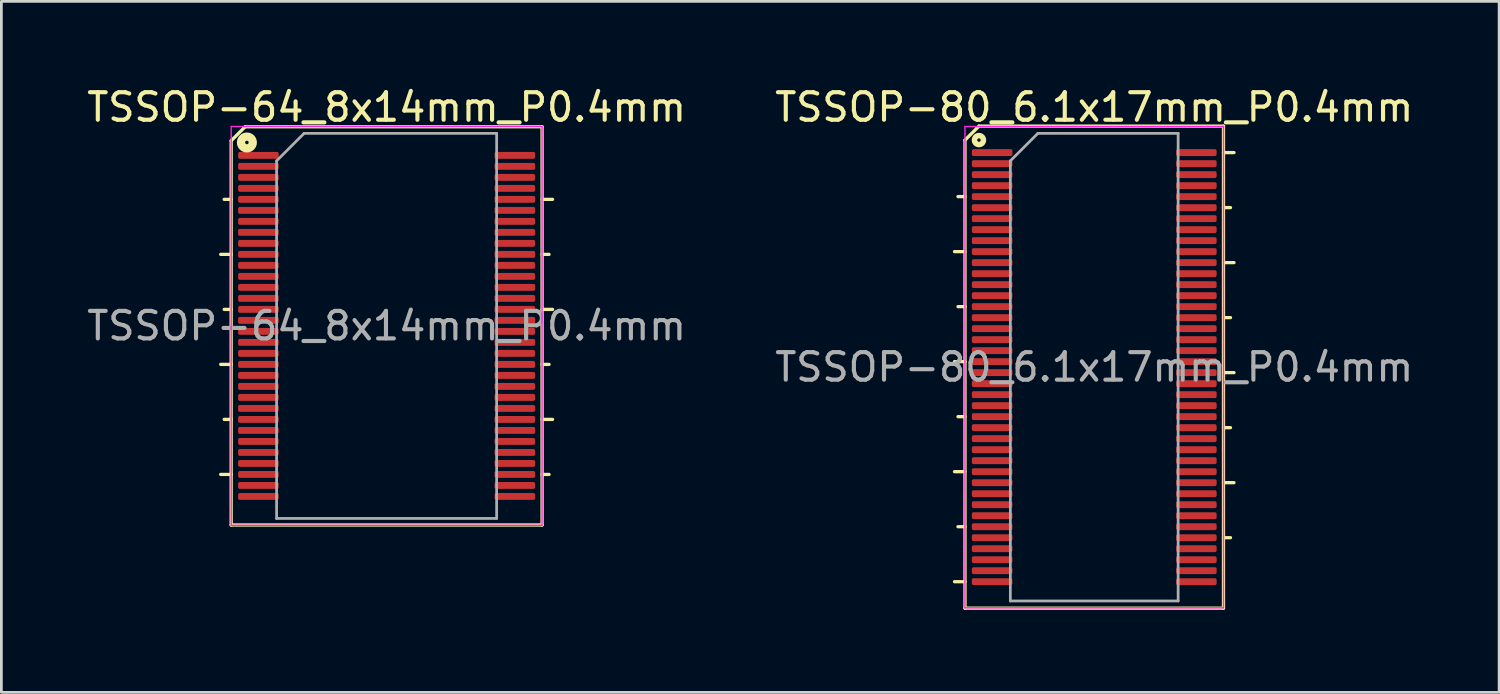
<source format=kicad_pcb>
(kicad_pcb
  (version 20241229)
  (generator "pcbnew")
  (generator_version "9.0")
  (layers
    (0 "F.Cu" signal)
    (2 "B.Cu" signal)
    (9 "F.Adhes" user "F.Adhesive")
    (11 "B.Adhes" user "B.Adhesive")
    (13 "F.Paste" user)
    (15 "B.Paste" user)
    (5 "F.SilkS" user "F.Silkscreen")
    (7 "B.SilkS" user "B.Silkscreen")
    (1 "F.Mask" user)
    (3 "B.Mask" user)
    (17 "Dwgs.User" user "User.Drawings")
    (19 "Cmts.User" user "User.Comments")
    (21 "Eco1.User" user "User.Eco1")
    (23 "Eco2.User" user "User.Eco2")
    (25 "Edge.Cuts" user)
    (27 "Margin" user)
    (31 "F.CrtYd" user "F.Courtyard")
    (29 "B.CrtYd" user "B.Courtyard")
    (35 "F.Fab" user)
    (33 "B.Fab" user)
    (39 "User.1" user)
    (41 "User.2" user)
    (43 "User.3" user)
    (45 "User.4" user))
  (footprint "TSSOP-80_6.1x17mm_P0.4mm"
    (layer "F.Cu")
    (at 36.732 10.298)
    (property "Reference" "TSSOP-80_6.1x17mm_P0.4mm" (at 0 -9.45 0) (layer "F.SilkS") (effects (font (size 1 1) (thickness 0.15))))
    (attr smd)
    (fp_line (start -4.953 -6.2) (end -4.699 -6.2) (stroke (width 0.12) (type solid)) (layer "F.SilkS"))
    (fp_line (start -4.699 -8.255) (end -4.699 8.763) (stroke (width 0.12) (type solid)) (layer "F.SilkS"))
    (fp_line (start -4.699 -8.255) (end -4.191 -8.763) (stroke (width 0.12) (type solid)) (layer "F.SilkS"))
    (fp_line (start -4.699 -4.2) (end -5.08 -4.2) (stroke (width 0.12) (type solid)) (layer "F.SilkS"))
    (fp_line (start -4.699 -2.2) (end -4.953 -2.2) (stroke (width 0.12) (type solid)) (layer "F.SilkS"))
    (fp_line (start -4.699 -0.2) (end -5.08 -0.2) (stroke (width 0.12) (type solid)) (layer "F.SilkS"))
    (fp_line (start -4.699 1.8) (end -4.953 1.8) (stroke (width 0.12) (type solid)) (layer "F.SilkS"))
    (fp_line (start -4.699 3.8) (end -5.08 3.8) (stroke (width 0.12) (type solid)) (layer "F.SilkS"))
    (fp_line (start -4.699 5.8) (end -4.953 5.8) (stroke (width 0.12) (type solid)) (layer "F.SilkS"))
    (fp_line (start -4.699 7.8) (end -5.08 7.8) (stroke (width 0.12) (type solid)) (layer "F.SilkS"))
    (fp_line (start -4.699 8.763) (end 4.699 8.763) (stroke (width 0.12) (type solid)) (layer "F.SilkS"))
    (fp_line (start 4.699 -8.763) (end -4.191 -8.763) (stroke (width 0.12) (type solid)) (layer "F.SilkS"))
    (fp_line (start 4.699 -7.8) (end 5.08 -7.8) (stroke (width 0.12) (type solid)) (layer "F.SilkS"))
    (fp_line (start 4.699 -5.8) (end 4.953 -5.8) (stroke (width 0.12) (type solid)) (layer "F.SilkS"))
    (fp_line (start 4.699 -3.8) (end 5.08 -3.8) (stroke (width 0.12) (type solid)) (layer "F.SilkS"))
    (fp_line (start 4.699 -1.8) (end 4.953 -1.8) (stroke (width 0.12) (type solid)) (layer "F.SilkS"))
    (fp_line (start 4.699 0.2) (end 5.08 0.2) (stroke (width 0.12) (type solid)) (layer "F.SilkS"))
    (fp_line (start 4.699 2.2) (end 4.953 2.2) (stroke (width 0.12) (type solid)) (layer "F.SilkS"))
    (fp_line (start 4.699 4.2) (end 5.08 4.2) (stroke (width 0.12) (type solid)) (layer "F.SilkS"))
    (fp_line (start 4.699 6.2) (end 4.953 6.2) (stroke (width 0.12) (type solid)) (layer "F.SilkS"))
    (fp_line (start 4.699 8.763) (end 4.699 -8.763) (stroke (width 0.12) (type solid)) (layer "F.SilkS"))
    (fp_circle (center -4.191 -8.255) (end -4.128 -8.255) (stroke (width 0.2) (type solid)) (fill no) (layer "F.SilkS"))
    (fp_line (start -4.7 -8.75) (end -4.7 8.75) (stroke (width 0.05) (type solid)) (layer "F.CrtYd"))
    (fp_line (start -4.7 8.75) (end 4.7 8.75) (stroke (width 0.05) (type solid)) (layer "F.CrtYd"))
    (fp_line (start 4.7 -8.75) (end -4.7 -8.75) (stroke (width 0.05) (type solid)) (layer "F.CrtYd"))
    (fp_line (start 4.7 8.75) (end 4.7 -8.75) (stroke (width 0.05) (type solid)) (layer "F.CrtYd"))
    (fp_line (start -3.05 -7.5) (end -2.05 -8.5) (stroke (width 0.1) (type solid)) (layer "F.Fab"))
    (fp_line (start -3.05 8.5) (end -3.05 -7.5) (stroke (width 0.1) (type solid)) (layer "F.Fab"))
    (fp_line (start -2.05 -8.5) (end 3.05 -8.5) (stroke (width 0.1) (type solid)) (layer "F.Fab"))
    (fp_line (start 3.05 -8.5) (end 3.05 8.5) (stroke (width 0.1) (type solid)) (layer "F.Fab"))
    (fp_line (start 3.05 8.5) (end -3.05 8.5) (stroke (width 0.1) (type solid)) (layer "F.Fab"))
    (fp_text user "${REFERENCE}" (at 0 0 0) (layer "F.Fab") (effects (font (size 1 1) (thickness 0.15))))
    (pad "1" smd roundrect (at -3.712 -7.8) (size 1.475 0.25) (layers "F.Cu" "F.Mask" "F.Paste") (roundrect_rratio 0.25))
    (pad "2" smd roundrect (at -3.712 -7.4) (size 1.475 0.25) (layers "F.Cu" "F.Mask" "F.Paste") (roundrect_rratio 0.25))
    (pad "3" smd roundrect (at -3.712 -7) (size 1.475 0.25) (layers "F.Cu" "F.Mask" "F.Paste") (roundrect_rratio 0.25))
    (pad "4" smd roundrect (at -3.712 -6.6) (size 1.475 0.25) (layers "F.Cu" "F.Mask" "F.Paste") (roundrect_rratio 0.25))
    (pad "5" smd roundrect (at -3.712 -6.2) (size 1.475 0.25) (layers "F.Cu" "F.Mask" "F.Paste") (roundrect_rratio 0.25))
    (pad "6" smd roundrect (at -3.712 -5.8) (size 1.475 0.25) (layers "F.Cu" "F.Mask" "F.Paste") (roundrect_rratio 0.25))
    (pad "7" smd roundrect (at -3.712 -5.4) (size 1.475 0.25) (layers "F.Cu" "F.Mask" "F.Paste") (roundrect_rratio 0.25))
    (pad "8" smd roundrect (at -3.712 -5) (size 1.475 0.25) (layers "F.Cu" "F.Mask" "F.Paste") (roundrect_rratio 0.25))
    (pad "9" smd roundrect (at -3.712 -4.6) (size 1.475 0.25) (layers "F.Cu" "F.Mask" "F.Paste") (roundrect_rratio 0.25))
    (pad "10" smd roundrect (at -3.712 -4.2) (size 1.475 0.25) (layers "F.Cu" "F.Mask" "F.Paste") (roundrect_rratio 0.25))
    (pad "11" smd roundrect (at -3.712 -3.8) (size 1.475 0.25) (layers "F.Cu" "F.Mask" "F.Paste") (roundrect_rratio 0.25))
    (pad "12" smd roundrect (at -3.712 -3.4) (size 1.475 0.25) (layers "F.Cu" "F.Mask" "F.Paste") (roundrect_rratio 0.25))
    (pad "13" smd roundrect (at -3.712 -3) (size 1.475 0.25) (layers "F.Cu" "F.Mask" "F.Paste") (roundrect_rratio 0.25))
    (pad "14" smd roundrect (at -3.712 -2.6) (size 1.475 0.25) (layers "F.Cu" "F.Mask" "F.Paste") (roundrect_rratio 0.25))
    (pad "15" smd roundrect (at -3.712 -2.2) (size 1.475 0.25) (layers "F.Cu" "F.Mask" "F.Paste") (roundrect_rratio 0.25))
    (pad "16" smd roundrect (at -3.712 -1.8) (size 1.475 0.25) (layers "F.Cu" "F.Mask" "F.Paste") (roundrect_rratio 0.25))
    (pad "17" smd roundrect (at -3.712 -1.4) (size 1.475 0.25) (layers "F.Cu" "F.Mask" "F.Paste") (roundrect_rratio 0.25))
    (pad "18" smd roundrect (at -3.712 -1) (size 1.475 0.25) (layers "F.Cu" "F.Mask" "F.Paste") (roundrect_rratio 0.25))
    (pad "19" smd roundrect (at -3.712 -0.6) (size 1.475 0.25) (layers "F.Cu" "F.Mask" "F.Paste") (roundrect_rratio 0.25))
    (pad "20" smd roundrect (at -3.712 -0.2) (size 1.475 0.25) (layers "F.Cu" "F.Mask" "F.Paste") (roundrect_rratio 0.25))
    (pad "21" smd roundrect (at -3.712 0.2) (size 1.475 0.25) (layers "F.Cu" "F.Mask" "F.Paste") (roundrect_rratio 0.25))
    (pad "22" smd roundrect (at -3.712 0.6) (size 1.475 0.25) (layers "F.Cu" "F.Mask" "F.Paste") (roundrect_rratio 0.25))
    (pad "23" smd roundrect (at -3.712 1) (size 1.475 0.25) (layers "F.Cu" "F.Mask" "F.Paste") (roundrect_rratio 0.25))
    (pad "24" smd roundrect (at -3.712 1.4) (size 1.475 0.25) (layers "F.Cu" "F.Mask" "F.Paste") (roundrect_rratio 0.25))
    (pad "25" smd roundrect (at -3.712 1.8) (size 1.475 0.25) (layers "F.Cu" "F.Mask" "F.Paste") (roundrect_rratio 0.25))
    (pad "26" smd roundrect (at -3.712 2.2) (size 1.475 0.25) (layers "F.Cu" "F.Mask" "F.Paste") (roundrect_rratio 0.25))
    (pad "27" smd roundrect (at -3.712 2.6) (size 1.475 0.25) (layers "F.Cu" "F.Mask" "F.Paste") (roundrect_rratio 0.25))
    (pad "28" smd roundrect (at -3.712 3) (size 1.475 0.25) (layers "F.Cu" "F.Mask" "F.Paste") (roundrect_rratio 0.25))
    (pad "29" smd roundrect (at -3.712 3.4) (size 1.475 0.25) (layers "F.Cu" "F.Mask" "F.Paste") (roundrect_rratio 0.25))
    (pad "30" smd roundrect (at -3.712 3.8) (size 1.475 0.25) (layers "F.Cu" "F.Mask" "F.Paste") (roundrect_rratio 0.25))
    (pad "31" smd roundrect (at -3.712 4.2) (size 1.475 0.25) (layers "F.Cu" "F.Mask" "F.Paste") (roundrect_rratio 0.25))
    (pad "32" smd roundrect (at -3.712 4.6) (size 1.475 0.25) (layers "F.Cu" "F.Mask" "F.Paste") (roundrect_rratio 0.25))
    (pad "33" smd roundrect (at -3.712 5) (size 1.475 0.25) (layers "F.Cu" "F.Mask" "F.Paste") (roundrect_rratio 0.25))
    (pad "34" smd roundrect (at -3.712 5.4) (size 1.475 0.25) (layers "F.Cu" "F.Mask" "F.Paste") (roundrect_rratio 0.25))
    (pad "35" smd roundrect (at -3.712 5.8) (size 1.475 0.25) (layers "F.Cu" "F.Mask" "F.Paste") (roundrect_rratio 0.25))
    (pad "36" smd roundrect (at -3.712 6.2) (size 1.475 0.25) (layers "F.Cu" "F.Mask" "F.Paste") (roundrect_rratio 0.25))
    (pad "37" smd roundrect (at -3.712 6.6) (size 1.475 0.25) (layers "F.Cu" "F.Mask" "F.Paste") (roundrect_rratio 0.25))
    (pad "38" smd roundrect (at -3.712 7) (size 1.475 0.25) (layers "F.Cu" "F.Mask" "F.Paste") (roundrect_rratio 0.25))
    (pad "39" smd roundrect (at -3.712 7.4) (size 1.475 0.25) (layers "F.Cu" "F.Mask" "F.Paste") (roundrect_rratio 0.25))
    (pad "40" smd roundrect (at -3.712 7.8) (size 1.475 0.25) (layers "F.Cu" "F.Mask" "F.Paste") (roundrect_rratio 0.25))
    (pad "41" smd roundrect (at 3.712 7.8) (size 1.475 0.25) (layers "F.Cu" "F.Mask" "F.Paste") (roundrect_rratio 0.25))
    (pad "42" smd roundrect (at 3.712 7.4) (size 1.475 0.25) (layers "F.Cu" "F.Mask" "F.Paste") (roundrect_rratio 0.25))
    (pad "43" smd roundrect (at 3.712 7) (size 1.475 0.25) (layers "F.Cu" "F.Mask" "F.Paste") (roundrect_rratio 0.25))
    (pad "44" smd roundrect (at 3.712 6.6) (size 1.475 0.25) (layers "F.Cu" "F.Mask" "F.Paste") (roundrect_rratio 0.25))
    (pad "45" smd roundrect (at 3.712 6.2) (size 1.475 0.25) (layers "F.Cu" "F.Mask" "F.Paste") (roundrect_rratio 0.25))
    (pad "46" smd roundrect (at 3.712 5.8) (size 1.475 0.25) (layers "F.Cu" "F.Mask" "F.Paste") (roundrect_rratio 0.25))
    (pad "47" smd roundrect (at 3.712 5.4) (size 1.475 0.25) (layers "F.Cu" "F.Mask" "F.Paste") (roundrect_rratio 0.25))
    (pad "48" smd roundrect (at 3.712 5) (size 1.475 0.25) (layers "F.Cu" "F.Mask" "F.Paste") (roundrect_rratio 0.25))
    (pad "49" smd roundrect (at 3.712 4.6) (size 1.475 0.25) (layers "F.Cu" "F.Mask" "F.Paste") (roundrect_rratio 0.25))
    (pad "50" smd roundrect (at 3.712 4.2) (size 1.475 0.25) (layers "F.Cu" "F.Mask" "F.Paste") (roundrect_rratio 0.25))
    (pad "51" smd roundrect (at 3.712 3.8) (size 1.475 0.25) (layers "F.Cu" "F.Mask" "F.Paste") (roundrect_rratio 0.25))
    (pad "52" smd roundrect (at 3.712 3.4) (size 1.475 0.25) (layers "F.Cu" "F.Mask" "F.Paste") (roundrect_rratio 0.25))
    (pad "53" smd roundrect (at 3.712 3) (size 1.475 0.25) (layers "F.Cu" "F.Mask" "F.Paste") (roundrect_rratio 0.25))
    (pad "54" smd roundrect (at 3.712 2.6) (size 1.475 0.25) (layers "F.Cu" "F.Mask" "F.Paste") (roundrect_rratio 0.25))
    (pad "55" smd roundrect (at 3.712 2.2) (size 1.475 0.25) (layers "F.Cu" "F.Mask" "F.Paste") (roundrect_rratio 0.25))
    (pad "56" smd roundrect (at 3.712 1.8) (size 1.475 0.25) (layers "F.Cu" "F.Mask" "F.Paste") (roundrect_rratio 0.25))
    (pad "57" smd roundrect (at 3.712 1.4) (size 1.475 0.25) (layers "F.Cu" "F.Mask" "F.Paste") (roundrect_rratio 0.25))
    (pad "58" smd roundrect (at 3.712 1) (size 1.475 0.25) (layers "F.Cu" "F.Mask" "F.Paste") (roundrect_rratio 0.25))
    (pad "59" smd roundrect (at 3.712 0.6) (size 1.475 0.25) (layers "F.Cu" "F.Mask" "F.Paste") (roundrect_rratio 0.25))
    (pad "60" smd roundrect (at 3.712 0.2) (size 1.475 0.25) (layers "F.Cu" "F.Mask" "F.Paste") (roundrect_rratio 0.25))
    (pad "61" smd roundrect (at 3.712 -0.2) (size 1.475 0.25) (layers "F.Cu" "F.Mask" "F.Paste") (roundrect_rratio 0.25))
    (pad "62" smd roundrect (at 3.712 -0.6) (size 1.475 0.25) (layers "F.Cu" "F.Mask" "F.Paste") (roundrect_rratio 0.25))
    (pad "63" smd roundrect (at 3.712 -1) (size 1.475 0.25) (layers "F.Cu" "F.Mask" "F.Paste") (roundrect_rratio 0.25))
    (pad "64" smd roundrect (at 3.712 -1.4) (size 1.475 0.25) (layers "F.Cu" "F.Mask" "F.Paste") (roundrect_rratio 0.25))
    (pad "65" smd roundrect (at 3.712 -1.8) (size 1.475 0.25) (layers "F.Cu" "F.Mask" "F.Paste") (roundrect_rratio 0.25))
    (pad "66" smd roundrect (at 3.712 -2.2) (size 1.475 0.25) (layers "F.Cu" "F.Mask" "F.Paste") (roundrect_rratio 0.25))
    (pad "67" smd roundrect (at 3.712 -2.6) (size 1.475 0.25) (layers "F.Cu" "F.Mask" "F.Paste") (roundrect_rratio 0.25))
    (pad "68" smd roundrect (at 3.712 -3) (size 1.475 0.25) (layers "F.Cu" "F.Mask" "F.Paste") (roundrect_rratio 0.25))
    (pad "69" smd roundrect (at 3.712 -3.4) (size 1.475 0.25) (layers "F.Cu" "F.Mask" "F.Paste") (roundrect_rratio 0.25))
    (pad "70" smd roundrect (at 3.712 -3.8) (size 1.475 0.25) (layers "F.Cu" "F.Mask" "F.Paste") (roundrect_rratio 0.25))
    (pad "71" smd roundrect (at 3.712 -4.2) (size 1.475 0.25) (layers "F.Cu" "F.Mask" "F.Paste") (roundrect_rratio 0.25))
    (pad "72" smd roundrect (at 3.712 -4.6) (size 1.475 0.25) (layers "F.Cu" "F.Mask" "F.Paste") (roundrect_rratio 0.25))
    (pad "73" smd roundrect (at 3.712 -5) (size 1.475 0.25) (layers "F.Cu" "F.Mask" "F.Paste") (roundrect_rratio 0.25))
    (pad "74" smd roundrect (at 3.712 -5.4) (size 1.475 0.25) (layers "F.Cu" "F.Mask" "F.Paste") (roundrect_rratio 0.25))
    (pad "75" smd roundrect (at 3.712 -5.8) (size 1.475 0.25) (layers "F.Cu" "F.Mask" "F.Paste") (roundrect_rratio 0.25))
    (pad "76" smd roundrect (at 3.712 -6.2) (size 1.475 0.25) (layers "F.Cu" "F.Mask" "F.Paste") (roundrect_rratio 0.25))
    (pad "77" smd roundrect (at 3.712 -6.6) (size 1.475 0.25) (layers "F.Cu" "F.Mask" "F.Paste") (roundrect_rratio 0.25))
    (pad "78" smd roundrect (at 3.712 -7) (size 1.475 0.25) (layers "F.Cu" "F.Mask" "F.Paste") (roundrect_rratio 0.25))
    (pad "79" smd roundrect (at 3.712 -7.4) (size 1.475 0.25) (layers "F.Cu" "F.Mask" "F.Paste") (roundrect_rratio 0.25))
    (pad "80" smd roundrect (at 3.712 -7.8) (size 1.475 0.25) (layers "F.Cu" "F.Mask" "F.Paste") (roundrect_rratio 0.25)))
  (footprint "TSSOP-64_8x14mm_P0.4mm"
    (layer "F.Cu")
    (at 11.006 8.798)
    (property "Reference" "TSSOP-64_8x14mm_P0.4mm" (at 0 -7.95 0) (layer "F.SilkS") (effects (font (size 1 1) (thickness 0.15))))
    (attr smd)
    (fp_line (start -5.652 -6.731) (end -5.652 7.239) (stroke (width 0.12) (type solid)) (layer "F.SilkS"))
    (fp_line (start -5.652 -6.731) (end -5.144 -7.239) (stroke (width 0.12) (type solid)) (layer "F.SilkS"))
    (fp_line (start -5.652 -4.6) (end -5.905 -4.6) (stroke (width 0.12) (type solid)) (layer "F.SilkS"))
    (fp_line (start -5.652 -2.6) (end -6.032 -2.6) (stroke (width 0.12) (type solid)) (layer "F.SilkS"))
    (fp_line (start -5.652 -0.6) (end -5.905 -0.6) (stroke (width 0.12) (type solid)) (layer "F.SilkS"))
    (fp_line (start -5.652 1.4) (end -6.032 1.4) (stroke (width 0.12) (type solid)) (layer "F.SilkS"))
    (fp_line (start -5.652 3.4) (end -5.905 3.4) (stroke (width 0.12) (type solid)) (layer "F.SilkS"))
    (fp_line (start -5.652 5.4) (end -6.032 5.4) (stroke (width 0.12) (type solid)) (layer "F.SilkS"))
    (fp_line (start -5.652 7.239) (end 5.652 7.239) (stroke (width 0.12) (type solid)) (layer "F.SilkS"))
    (fp_line (start 5.652 -7.239) (end -5.144 -7.239) (stroke (width 0.12) (type solid)) (layer "F.SilkS"))
    (fp_line (start 5.652 5.4) (end 5.905 5.4) (stroke (width 0.12) (type solid)) (layer "F.SilkS"))
    (fp_line (start 5.652 7.239) (end 5.652 -7.239) (stroke (width 0.12) (type solid)) (layer "F.SilkS"))
    (fp_line (start 5.905 -2.6) (end 5.652 -2.6) (stroke (width 0.12) (type solid)) (layer "F.SilkS"))
    (fp_line (start 5.905 1.4) (end 5.652 1.4) (stroke (width 0.12) (type solid)) (layer "F.SilkS"))
    (fp_line (start 6.032 -4.6) (end 5.652 -4.6) (stroke (width 0.12) (type solid)) (layer "F.SilkS"))
    (fp_line (start 6.032 -0.6) (end 5.652 -0.6) (stroke (width 0.12) (type solid)) (layer "F.SilkS"))
    (fp_line (start 6.032 3.4) (end 5.652 3.4) (stroke (width 0.12) (type solid)) (layer "F.SilkS"))
    (fp_circle (center -5.08 -6.668) (end -5.016 -6.668) (stroke (width 0.3) (type solid)) (fill no) (layer "F.SilkS"))
    (fp_line (start -5.65 -7.25) (end -5.65 7.25) (stroke (width 0.05) (type solid)) (layer "F.CrtYd"))
    (fp_line (start -5.65 7.25) (end 5.65 7.25) (stroke (width 0.05) (type solid)) (layer "F.CrtYd"))
    (fp_line (start 5.65 -7.25) (end -5.65 -7.25) (stroke (width 0.05) (type solid)) (layer "F.CrtYd"))
    (fp_line (start 5.65 7.25) (end 5.65 -7.25) (stroke (width 0.05) (type solid)) (layer "F.CrtYd"))
    (fp_line (start -4 -6) (end -3 -7) (stroke (width 0.1) (type solid)) (layer "F.Fab"))
    (fp_line (start -4 7) (end -4 -6) (stroke (width 0.1) (type solid)) (layer "F.Fab"))
    (fp_line (start -3 -7) (end 4 -7) (stroke (width 0.1) (type solid)) (layer "F.Fab"))
    (fp_line (start 4 -7) (end 4 7) (stroke (width 0.1) (type solid)) (layer "F.Fab"))
    (fp_line (start 4 7) (end -4 7) (stroke (width 0.1) (type solid)) (layer "F.Fab"))
    (fp_text user "${REFERENCE}" (at 0 0 0) (layer "F.Fab") (effects (font (size 1 1) (thickness 0.15))))
    (pad "1" smd roundrect (at -4.662 -6.2) (size 1.475 0.25) (layers "F.Cu" "F.Mask" "F.Paste") (roundrect_rratio 0.25))
    (pad "2" smd roundrect (at -4.662 -5.8) (size 1.475 0.25) (layers "F.Cu" "F.Mask" "F.Paste") (roundrect_rratio 0.25))
    (pad "3" smd roundrect (at -4.662 -5.4) (size 1.475 0.25) (layers "F.Cu" "F.Mask" "F.Paste") (roundrect_rratio 0.25))
    (pad "4" smd roundrect (at -4.662 -5) (size 1.475 0.25) (layers "F.Cu" "F.Mask" "F.Paste") (roundrect_rratio 0.25))
    (pad "5" smd roundrect (at -4.662 -4.6) (size 1.475 0.25) (layers "F.Cu" "F.Mask" "F.Paste") (roundrect_rratio 0.25))
    (pad "6" smd roundrect (at -4.662 -4.2) (size 1.475 0.25) (layers "F.Cu" "F.Mask" "F.Paste") (roundrect_rratio 0.25))
    (pad "7" smd roundrect (at -4.662 -3.8) (size 1.475 0.25) (layers "F.Cu" "F.Mask" "F.Paste") (roundrect_rratio 0.25))
    (pad "8" smd roundrect (at -4.662 -3.4) (size 1.475 0.25) (layers "F.Cu" "F.Mask" "F.Paste") (roundrect_rratio 0.25))
    (pad "9" smd roundrect (at -4.662 -3) (size 1.475 0.25) (layers "F.Cu" "F.Mask" "F.Paste") (roundrect_rratio 0.25))
    (pad "10" smd roundrect (at -4.662 -2.6) (size 1.475 0.25) (layers "F.Cu" "F.Mask" "F.Paste") (roundrect_rratio 0.25))
    (pad "11" smd roundrect (at -4.662 -2.2) (size 1.475 0.25) (layers "F.Cu" "F.Mask" "F.Paste") (roundrect_rratio 0.25))
    (pad "12" smd roundrect (at -4.662 -1.8) (size 1.475 0.25) (layers "F.Cu" "F.Mask" "F.Paste") (roundrect_rratio 0.25))
    (pad "13" smd roundrect (at -4.662 -1.4) (size 1.475 0.25) (layers "F.Cu" "F.Mask" "F.Paste") (roundrect_rratio 0.25))
    (pad "14" smd roundrect (at -4.662 -1) (size 1.475 0.25) (layers "F.Cu" "F.Mask" "F.Paste") (roundrect_rratio 0.25))
    (pad "15" smd roundrect (at -4.662 -0.6) (size 1.475 0.25) (layers "F.Cu" "F.Mask" "F.Paste") (roundrect_rratio 0.25))
    (pad "16" smd roundrect (at -4.662 -0.2) (size 1.475 0.25) (layers "F.Cu" "F.Mask" "F.Paste") (roundrect_rratio 0.25))
    (pad "17" smd roundrect (at -4.662 0.2) (size 1.475 0.25) (layers "F.Cu" "F.Mask" "F.Paste") (roundrect_rratio 0.25))
    (pad "18" smd roundrect (at -4.662 0.6) (size 1.475 0.25) (layers "F.Cu" "F.Mask" "F.Paste") (roundrect_rratio 0.25))
    (pad "19" smd roundrect (at -4.662 1) (size 1.475 0.25) (layers "F.Cu" "F.Mask" "F.Paste") (roundrect_rratio 0.25))
    (pad "20" smd roundrect (at -4.662 1.4) (size 1.475 0.25) (layers "F.Cu" "F.Mask" "F.Paste") (roundrect_rratio 0.25))
    (pad "21" smd roundrect (at -4.662 1.8) (size 1.475 0.25) (layers "F.Cu" "F.Mask" "F.Paste") (roundrect_rratio 0.25))
    (pad "22" smd roundrect (at -4.662 2.2) (size 1.475 0.25) (layers "F.Cu" "F.Mask" "F.Paste") (roundrect_rratio 0.25))
    (pad "23" smd roundrect (at -4.662 2.6) (size 1.475 0.25) (layers "F.Cu" "F.Mask" "F.Paste") (roundrect_rratio 0.25))
    (pad "24" smd roundrect (at -4.662 3) (size 1.475 0.25) (layers "F.Cu" "F.Mask" "F.Paste") (roundrect_rratio 0.25))
    (pad "25" smd roundrect (at -4.662 3.4) (size 1.475 0.25) (layers "F.Cu" "F.Mask" "F.Paste") (roundrect_rratio 0.25))
    (pad "26" smd roundrect (at -4.662 3.8) (size 1.475 0.25) (layers "F.Cu" "F.Mask" "F.Paste") (roundrect_rratio 0.25))
    (pad "27" smd roundrect (at -4.662 4.2) (size 1.475 0.25) (layers "F.Cu" "F.Mask" "F.Paste") (roundrect_rratio 0.25))
    (pad "28" smd roundrect (at -4.662 4.6) (size 1.475 0.25) (layers "F.Cu" "F.Mask" "F.Paste") (roundrect_rratio 0.25))
    (pad "29" smd roundrect (at -4.662 5) (size 1.475 0.25) (layers "F.Cu" "F.Mask" "F.Paste") (roundrect_rratio 0.25))
    (pad "30" smd roundrect (at -4.662 5.4) (size 1.475 0.25) (layers "F.Cu" "F.Mask" "F.Paste") (roundrect_rratio 0.25))
    (pad "31" smd roundrect (at -4.662 5.8) (size 1.475 0.25) (layers "F.Cu" "F.Mask" "F.Paste") (roundrect_rratio 0.25))
    (pad "32" smd roundrect (at -4.662 6.2) (size 1.475 0.25) (layers "F.Cu" "F.Mask" "F.Paste") (roundrect_rratio 0.25))
    (pad "33" smd roundrect (at 4.662 6.2) (size 1.475 0.25) (layers "F.Cu" "F.Mask" "F.Paste") (roundrect_rratio 0.25))
    (pad "34" smd roundrect (at 4.662 5.8) (size 1.475 0.25) (layers "F.Cu" "F.Mask" "F.Paste") (roundrect_rratio 0.25))
    (pad "35" smd roundrect (at 4.662 5.4) (size 1.475 0.25) (layers "F.Cu" "F.Mask" "F.Paste") (roundrect_rratio 0.25))
    (pad "36" smd roundrect (at 4.662 5) (size 1.475 0.25) (layers "F.Cu" "F.Mask" "F.Paste") (roundrect_rratio 0.25))
    (pad "37" smd roundrect (at 4.662 4.6) (size 1.475 0.25) (layers "F.Cu" "F.Mask" "F.Paste") (roundrect_rratio 0.25))
    (pad "38" smd roundrect (at 4.662 4.2) (size 1.475 0.25) (layers "F.Cu" "F.Mask" "F.Paste") (roundrect_rratio 0.25))
    (pad "39" smd roundrect (at 4.662 3.8) (size 1.475 0.25) (layers "F.Cu" "F.Mask" "F.Paste") (roundrect_rratio 0.25))
    (pad "40" smd roundrect (at 4.662 3.4) (size 1.475 0.25) (layers "F.Cu" "F.Mask" "F.Paste") (roundrect_rratio 0.25))
    (pad "41" smd roundrect (at 4.662 3) (size 1.475 0.25) (layers "F.Cu" "F.Mask" "F.Paste") (roundrect_rratio 0.25))
    (pad "42" smd roundrect (at 4.662 2.6) (size 1.475 0.25) (layers "F.Cu" "F.Mask" "F.Paste") (roundrect_rratio 0.25))
    (pad "43" smd roundrect (at 4.662 2.2) (size 1.475 0.25) (layers "F.Cu" "F.Mask" "F.Paste") (roundrect_rratio 0.25))
    (pad "44" smd roundrect (at 4.662 1.8) (size 1.475 0.25) (layers "F.Cu" "F.Mask" "F.Paste") (roundrect_rratio 0.25))
    (pad "45" smd roundrect (at 4.662 1.4) (size 1.475 0.25) (layers "F.Cu" "F.Mask" "F.Paste") (roundrect_rratio 0.25))
    (pad "46" smd roundrect (at 4.662 1) (size 1.475 0.25) (layers "F.Cu" "F.Mask" "F.Paste") (roundrect_rratio 0.25))
    (pad "47" smd roundrect (at 4.662 0.6) (size 1.475 0.25) (layers "F.Cu" "F.Mask" "F.Paste") (roundrect_rratio 0.25))
    (pad "48" smd roundrect (at 4.662 0.2) (size 1.475 0.25) (layers "F.Cu" "F.Mask" "F.Paste") (roundrect_rratio 0.25))
    (pad "49" smd roundrect (at 4.662 -0.2) (size 1.475 0.25) (layers "F.Cu" "F.Mask" "F.Paste") (roundrect_rratio 0.25))
    (pad "50" smd roundrect (at 4.662 -0.6) (size 1.475 0.25) (layers "F.Cu" "F.Mask" "F.Paste") (roundrect_rratio 0.25))
    (pad "51" smd roundrect (at 4.662 -1) (size 1.475 0.25) (layers "F.Cu" "F.Mask" "F.Paste") (roundrect_rratio 0.25))
    (pad "52" smd roundrect (at 4.662 -1.4) (size 1.475 0.25) (layers "F.Cu" "F.Mask" "F.Paste") (roundrect_rratio 0.25))
    (pad "53" smd roundrect (at 4.662 -1.8) (size 1.475 0.25) (layers "F.Cu" "F.Mask" "F.Paste") (roundrect_rratio 0.25))
    (pad "54" smd roundrect (at 4.662 -2.2) (size 1.475 0.25) (layers "F.Cu" "F.Mask" "F.Paste") (roundrect_rratio 0.25))
    (pad "55" smd roundrect (at 4.662 -2.6) (size 1.475 0.25) (layers "F.Cu" "F.Mask" "F.Paste") (roundrect_rratio 0.25))
    (pad "56" smd roundrect (at 4.662 -3) (size 1.475 0.25) (layers "F.Cu" "F.Mask" "F.Paste") (roundrect_rratio 0.25))
    (pad "57" smd roundrect (at 4.662 -3.4) (size 1.475 0.25) (layers "F.Cu" "F.Mask" "F.Paste") (roundrect_rratio 0.25))
    (pad "58" smd roundrect (at 4.662 -3.8) (size 1.475 0.25) (layers "F.Cu" "F.Mask" "F.Paste") (roundrect_rratio 0.25))
    (pad "59" smd roundrect (at 4.662 -4.2) (size 1.475 0.25) (layers "F.Cu" "F.Mask" "F.Paste") (roundrect_rratio 0.25))
    (pad "60" smd roundrect (at 4.662 -4.6) (size 1.475 0.25) (layers "F.Cu" "F.Mask" "F.Paste") (roundrect_rratio 0.25))
    (pad "61" smd roundrect (at 4.662 -5) (size 1.475 0.25) (layers "F.Cu" "F.Mask" "F.Paste") (roundrect_rratio 0.25))
    (pad "62" smd roundrect (at 4.662 -5.4) (size 1.475 0.25) (layers "F.Cu" "F.Mask" "F.Paste") (roundrect_rratio 0.25))
    (pad "63" smd roundrect (at 4.662 -5.8) (size 1.475 0.25) (layers "F.Cu" "F.Mask" "F.Paste") (roundrect_rratio 0.25))
    (pad "64" smd roundrect (at 4.662 -6.2) (size 1.475 0.25) (layers "F.Cu" "F.Mask" "F.Paste") (roundrect_rratio 0.25)))
  (gr_rect
    (start -3 -3)
    (end 51.452 22.121)
    (stroke (width 0.1) (type default))
    (fill no)
    (layer "Edge.Cuts")))
</source>
